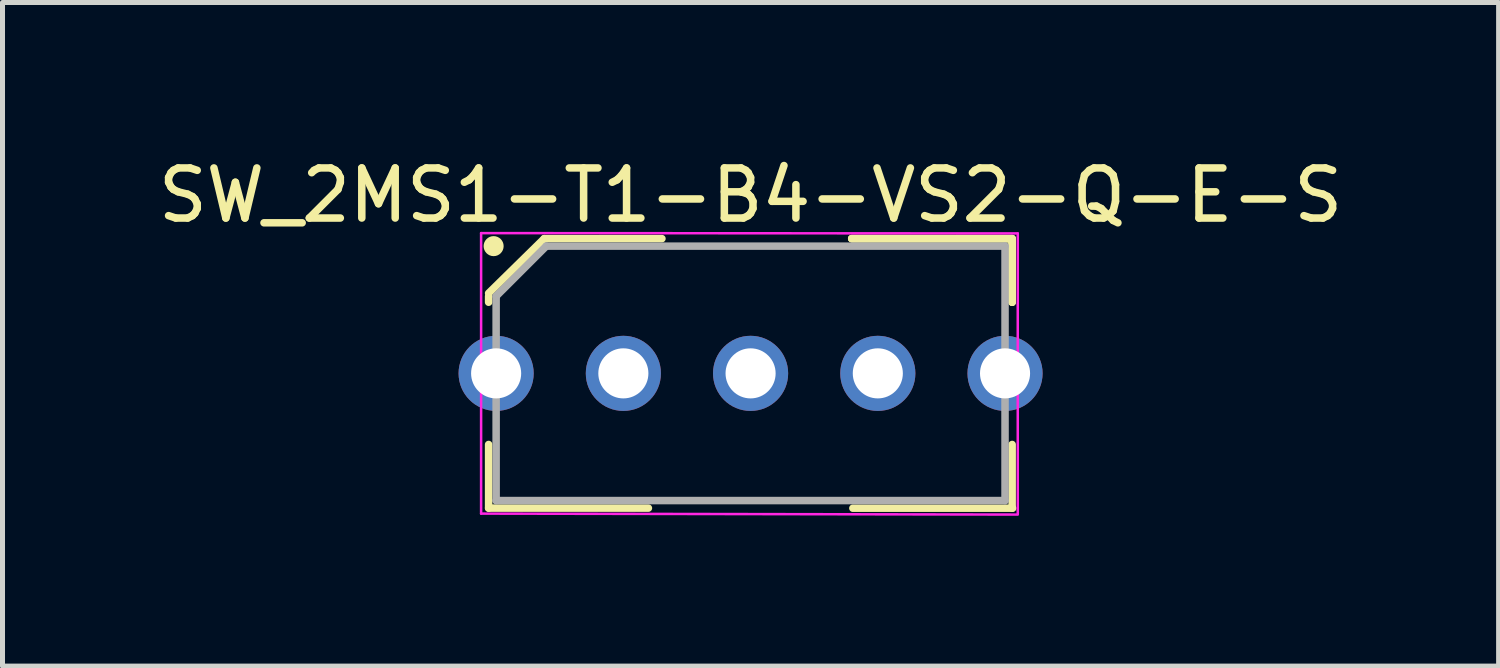
<source format=kicad_pcb>
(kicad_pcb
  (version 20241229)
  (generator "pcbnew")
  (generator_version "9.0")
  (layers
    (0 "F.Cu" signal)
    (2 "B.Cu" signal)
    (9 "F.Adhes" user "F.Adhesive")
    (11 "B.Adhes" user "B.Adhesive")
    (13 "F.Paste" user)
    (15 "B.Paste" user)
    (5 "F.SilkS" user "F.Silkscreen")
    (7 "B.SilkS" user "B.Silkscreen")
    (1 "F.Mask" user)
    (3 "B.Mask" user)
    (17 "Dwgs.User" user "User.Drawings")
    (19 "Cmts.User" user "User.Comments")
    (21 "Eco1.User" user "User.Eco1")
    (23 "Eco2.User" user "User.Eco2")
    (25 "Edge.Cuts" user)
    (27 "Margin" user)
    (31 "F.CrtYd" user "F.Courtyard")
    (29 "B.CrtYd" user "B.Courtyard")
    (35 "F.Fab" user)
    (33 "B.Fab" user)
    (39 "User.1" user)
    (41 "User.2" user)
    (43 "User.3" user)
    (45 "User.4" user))
  (footprint "SW_2MS1-T1-B4-VS2-Q-E-S"
    (layer "F.Cu")
    (at 11.935 4.404)
    (property "Reference" "SW_2MS1-T1-B4-VS2-Q-E-S" (at 0 -3.556 0) (layer "F.SilkS") (effects (font (size 1 1) (thickness 0.15))))
    (attr through_hole)
    (fp_line (start -5.23 -1.54) (end -5.23 -1.42) (stroke (width 0.15) (type solid)) (layer "F.SilkS"))
    (fp_line (start -5.23 2.69) (end -5.23 1.42) (stroke (width 0.15) (type solid)) (layer "F.SilkS"))
    (fp_line (start -4.12 -2.69) (end -5.23 -1.6) (stroke (width 0.15) (type solid)) (layer "F.SilkS"))
    (fp_line (start -2.04 2.69) (end -5.23 2.69) (stroke (width 0.15) (type solid)) (layer "F.SilkS"))
    (fp_line (start -1.77 -2.69) (end -4.12 -2.69) (stroke (width 0.15) (type solid)) (layer "F.SilkS"))
    (fp_line (start 2.019 -2.69) (end 5.209 -2.69) (stroke (width 0.15) (type solid)) (layer "F.SilkS"))
    (fp_line (start 2.019 -2.69) (end 5.209 -2.69) (stroke (width 0.15) (type solid)) (layer "F.SilkS"))
    (fp_line (start 2.019 -2.69) (end 5.209 -2.69) (stroke (width 0.15) (type solid)) (layer "F.SilkS"))
    (fp_line (start 2.042 2.692) (end 5.232 2.692) (stroke (width 0.15) (type solid)) (layer "F.SilkS"))
    (fp_line (start 5.222 -2.69) (end 5.222 -1.42) (stroke (width 0.15) (type solid)) (layer "F.SilkS"))
    (fp_line (start 5.222 -2.69) (end 5.222 -1.42) (stroke (width 0.15) (type solid)) (layer "F.SilkS"))
    (fp_line (start 5.222 -2.69) (end 5.222 -1.42) (stroke (width 0.15) (type solid)) (layer "F.SilkS"))
    (fp_line (start 5.222 2.69) (end 5.222 1.42) (stroke (width 0.15) (type solid)) (layer "F.SilkS"))
    (fp_circle (center -5.13 -2.54) (end -5.13 -2.44) (stroke (width 0.2) (type solid)) (fill no) (layer "F.SilkS"))
    (fp_line (start -5.38 -2.8) (end 5.334 -2.794) (stroke (width 0.05) (type solid)) (layer "F.CrtYd"))
    (fp_line (start -5.38 2.8) (end -5.38 -2.8) (stroke (width 0.05) (type solid)) (layer "F.CrtYd"))
    (fp_line (start 5.334 -2.794) (end 5.334 2.806) (stroke (width 0.05) (type solid)) (layer "F.CrtYd"))
    (fp_line (start 5.334 2.819) (end -5.38 2.8) (stroke (width 0.05) (type solid)) (layer "F.CrtYd"))
    (fp_line (start -5.08 -1.54) (end -5.08 2.54) (stroke (width 0.15) (type solid)) (layer "F.Fab"))
    (fp_line (start -5.08 2.54) (end 5.08 2.54) (stroke (width 0.15) (type solid)) (layer "F.Fab"))
    (fp_line (start -4.08 -2.54) (end -5.08 -1.54) (stroke (width 0.15) (type solid)) (layer "F.Fab"))
    (fp_line (start 5.08 -2.54) (end -4.08 -2.54) (stroke (width 0.15) (type solid)) (layer "F.Fab"))
    (fp_line (start 5.08 2.54) (end 5.08 -2.54) (stroke (width 0.15) (type solid)) (layer "F.Fab"))
    (pad "" thru_hole circle (at -5.08 0) (size 1.5 1.5) (drill 1) (layers "*.Cu" "*.Mask"))
    (pad "" thru_hole circle (at 5.08 0) (size 1.5 1.5) (drill 1) (layers "*.Cu" "*.Mask"))
    (pad "1" thru_hole circle (at -2.54 0) (size 1.5 1.5) (drill 1) (layers "*.Cu" "*.Mask"))
    (pad "2" thru_hole circle (at 0 0) (size 1.5 1.5) (drill 1) (layers "*.Cu" "*.Mask"))
    (pad "3" thru_hole circle (at 2.54 0) (size 1.5 1.5) (drill 1) (layers "*.Cu" "*.Mask")))
  (gr_rect
    (start -3 -3)
    (end 26.869 10.249)
    (stroke (width 0.1) (type default))
    (fill no)
    (layer "Edge.Cuts")))
</source>
